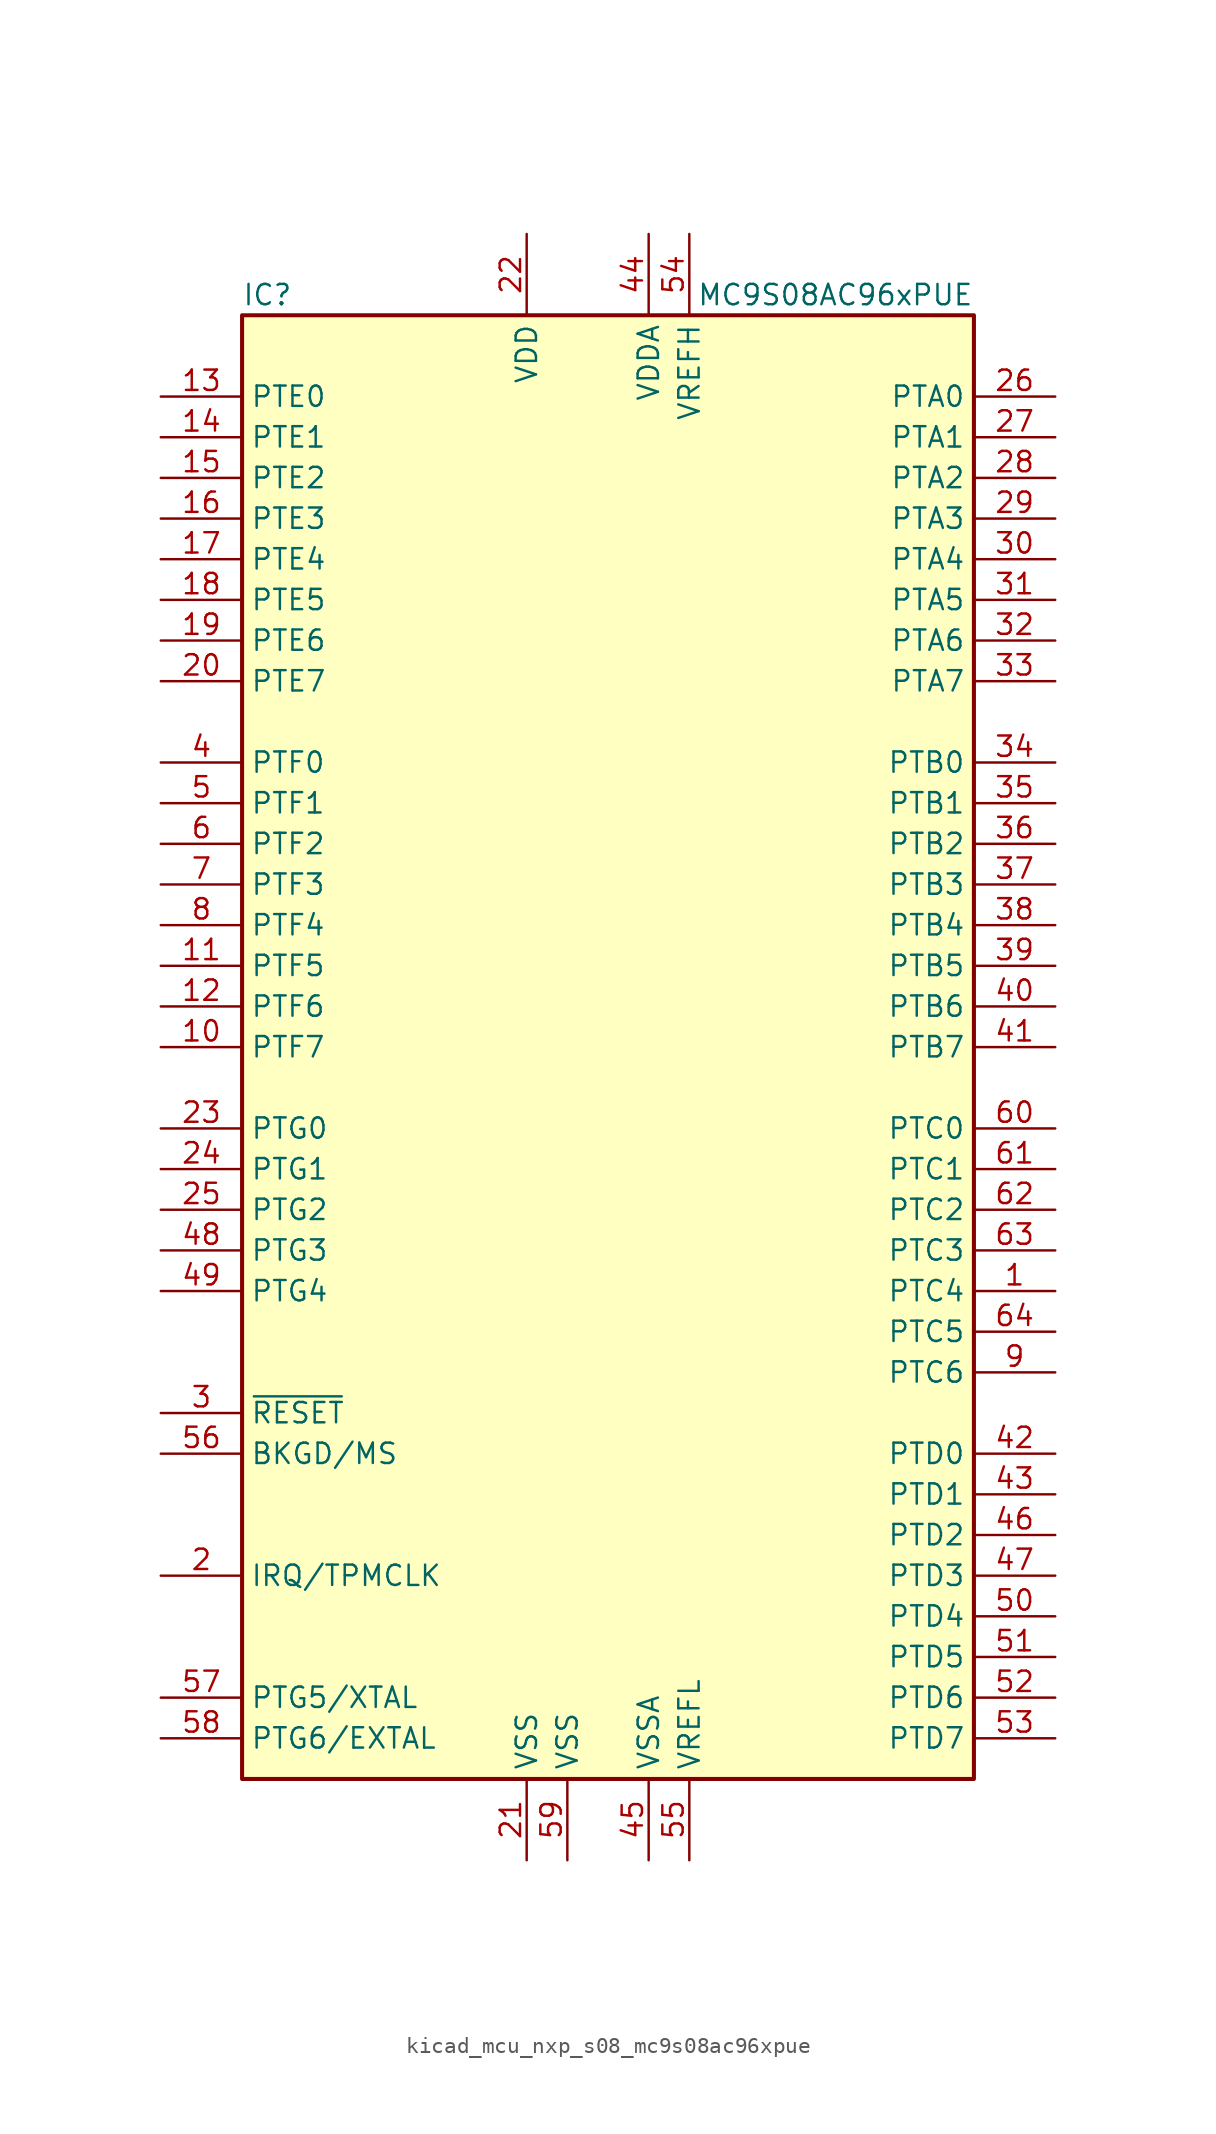
<source format=kicad_sym>
(kicad_symbol_lib
  (version 20220914)
  (generator kicad_symbol_editor)
  (symbol "kicad_mcu_nxp_s08_mc9s08ac96xpue"
    (property "Reference" "IC"
      (at -22.86 46.99 0)
      (effects (font (size 1.27 1.27)) (justify left)))
    (property "Value" "MC9S08AC96xPUE"
      (at 22.86 46.99 0)
      (effects (font (size 1.27 1.27)) (justify right)))
    (symbol "kicad_mcu_nxp_s08_mc9s08ac96xpue_0_1"
      (rectangle (start -22.86 45.72) (end 22.86 -45.72) (stroke (width 0.254) (type default)) (fill (type background))))
    (symbol "kicad_mcu_nxp_s08_mc9s08ac96xpue_1_1"
      (pin bidirectional line (at 27.94 -15.24 180) (length 5.08) (name "PTC4" (effects (font (size 1.27 1.27)))) (number "1" (effects (font (size 1.27 1.27)))))
      (pin bidirectional line (at -27.94 0 0) (length 5.08) (name "PTF7" (effects (font (size 1.27 1.27)))) (number "10" (effects (font (size 1.27 1.27)))))
      (pin bidirectional line (at -27.94 5.08 0) (length 5.08) (name "PTF5" (effects (font (size 1.27 1.27)))) (number "11" (effects (font (size 1.27 1.27)))))
      (pin bidirectional line (at -27.94 2.54 0) (length 5.08) (name "PTF6" (effects (font (size 1.27 1.27)))) (number "12" (effects (font (size 1.27 1.27)))))
      (pin bidirectional line (at -27.94 40.64 0) (length 5.08) (name "PTE0" (effects (font (size 1.27 1.27)))) (number "13" (effects (font (size 1.27 1.27)))))
      (pin bidirectional line (at -27.94 38.1 0) (length 5.08) (name "PTE1" (effects (font (size 1.27 1.27)))) (number "14" (effects (font (size 1.27 1.27)))))
      (pin bidirectional line (at -27.94 35.56 0) (length 5.08) (name "PTE2" (effects (font (size 1.27 1.27)))) (number "15" (effects (font (size 1.27 1.27)))))
      (pin bidirectional line (at -27.94 33.02 0) (length 5.08) (name "PTE3" (effects (font (size 1.27 1.27)))) (number "16" (effects (font (size 1.27 1.27)))))
      (pin bidirectional line (at -27.94 30.48 0) (length 5.08) (name "PTE4" (effects (font (size 1.27 1.27)))) (number "17" (effects (font (size 1.27 1.27)))))
      (pin bidirectional line (at -27.94 27.94 0) (length 5.08) (name "PTE5" (effects (font (size 1.27 1.27)))) (number "18" (effects (font (size 1.27 1.27)))))
      (pin bidirectional line (at -27.94 25.4 0) (length 5.08) (name "PTE6" (effects (font (size 1.27 1.27)))) (number "19" (effects (font (size 1.27 1.27)))))
      (pin input line (at -27.94 -33.02 0) (length 5.08) (name "IRQ/TPMCLK" (effects (font (size 1.27 1.27)))) (number "2" (effects (font (size 1.27 1.27)))))
      (pin bidirectional line (at -27.94 22.86 0) (length 5.08) (name "PTE7" (effects (font (size 1.27 1.27)))) (number "20" (effects (font (size 1.27 1.27)))))
      (pin power_in line (at -5.08 -50.8 90) (length 5.08) (name "VSS" (effects (font (size 1.27 1.27)))) (number "21" (effects (font (size 1.27 1.27)))))
      (pin power_in line (at -5.08 50.8 270) (length 5.08) (name "VDD" (effects (font (size 1.27 1.27)))) (number "22" (effects (font (size 1.27 1.27)))))
      (pin bidirectional line (at -27.94 -5.08 0) (length 5.08) (name "PTG0" (effects (font (size 1.27 1.27)))) (number "23" (effects (font (size 1.27 1.27)))))
      (pin bidirectional line (at -27.94 -7.62 0) (length 5.08) (name "PTG1" (effects (font (size 1.27 1.27)))) (number "24" (effects (font (size 1.27 1.27)))))
      (pin bidirectional line (at -27.94 -10.16 0) (length 5.08) (name "PTG2" (effects (font (size 1.27 1.27)))) (number "25" (effects (font (size 1.27 1.27)))))
      (pin bidirectional line (at 27.94 40.64 180) (length 5.08) (name "PTA0" (effects (font (size 1.27 1.27)))) (number "26" (effects (font (size 1.27 1.27)))))
      (pin bidirectional line (at 27.94 38.1 180) (length 5.08) (name "PTA1" (effects (font (size 1.27 1.27)))) (number "27" (effects (font (size 1.27 1.27)))))
      (pin bidirectional line (at 27.94 35.56 180) (length 5.08) (name "PTA2" (effects (font (size 1.27 1.27)))) (number "28" (effects (font (size 1.27 1.27)))))
      (pin bidirectional line (at 27.94 33.02 180) (length 5.08) (name "PTA3" (effects (font (size 1.27 1.27)))) (number "29" (effects (font (size 1.27 1.27)))))
      (pin input line (at -27.94 -22.86 0) (length 5.08) (name "~{RESET}" (effects (font (size 1.27 1.27)))) (number "3" (effects (font (size 1.27 1.27)))))
      (pin bidirectional line (at 27.94 30.48 180) (length 5.08) (name "PTA4" (effects (font (size 1.27 1.27)))) (number "30" (effects (font (size 1.27 1.27)))))
      (pin bidirectional line (at 27.94 27.94 180) (length 5.08) (name "PTA5" (effects (font (size 1.27 1.27)))) (number "31" (effects (font (size 1.27 1.27)))))
      (pin bidirectional line (at 27.94 25.4 180) (length 5.08) (name "PTA6" (effects (font (size 1.27 1.27)))) (number "32" (effects (font (size 1.27 1.27)))))
      (pin bidirectional line (at 27.94 22.86 180) (length 5.08) (name "PTA7" (effects (font (size 1.27 1.27)))) (number "33" (effects (font (size 1.27 1.27)))))
      (pin bidirectional line (at 27.94 17.78 180) (length 5.08) (name "PTB0" (effects (font (size 1.27 1.27)))) (number "34" (effects (font (size 1.27 1.27)))))
      (pin bidirectional line (at 27.94 15.24 180) (length 5.08) (name "PTB1" (effects (font (size 1.27 1.27)))) (number "35" (effects (font (size 1.27 1.27)))))
      (pin bidirectional line (at 27.94 12.7 180) (length 5.08) (name "PTB2" (effects (font (size 1.27 1.27)))) (number "36" (effects (font (size 1.27 1.27)))))
      (pin bidirectional line (at 27.94 10.16 180) (length 5.08) (name "PTB3" (effects (font (size 1.27 1.27)))) (number "37" (effects (font (size 1.27 1.27)))))
      (pin bidirectional line (at 27.94 7.62 180) (length 5.08) (name "PTB4" (effects (font (size 1.27 1.27)))) (number "38" (effects (font (size 1.27 1.27)))))
      (pin bidirectional line (at 27.94 5.08 180) (length 5.08) (name "PTB5" (effects (font (size 1.27 1.27)))) (number "39" (effects (font (size 1.27 1.27)))))
      (pin bidirectional line (at -27.94 17.78 0) (length 5.08) (name "PTF0" (effects (font (size 1.27 1.27)))) (number "4" (effects (font (size 1.27 1.27)))))
      (pin bidirectional line (at 27.94 2.54 180) (length 5.08) (name "PTB6" (effects (font (size 1.27 1.27)))) (number "40" (effects (font (size 1.27 1.27)))))
      (pin bidirectional line (at 27.94 0 180) (length 5.08) (name "PTB7" (effects (font (size 1.27 1.27)))) (number "41" (effects (font (size 1.27 1.27)))))
      (pin bidirectional line (at 27.94 -25.4 180) (length 5.08) (name "PTD0" (effects (font (size 1.27 1.27)))) (number "42" (effects (font (size 1.27 1.27)))))
      (pin bidirectional line (at 27.94 -27.94 180) (length 5.08) (name "PTD1" (effects (font (size 1.27 1.27)))) (number "43" (effects (font (size 1.27 1.27)))))
      (pin power_in line (at 2.54 50.8 270) (length 5.08) (name "VDDA" (effects (font (size 1.27 1.27)))) (number "44" (effects (font (size 1.27 1.27)))))
      (pin power_in line (at 2.54 -50.8 90) (length 5.08) (name "VSSA" (effects (font (size 1.27 1.27)))) (number "45" (effects (font (size 1.27 1.27)))))
      (pin bidirectional line (at 27.94 -30.48 180) (length 5.08) (name "PTD2" (effects (font (size 1.27 1.27)))) (number "46" (effects (font (size 1.27 1.27)))))
      (pin bidirectional line (at 27.94 -33.02 180) (length 5.08) (name "PTD3" (effects (font (size 1.27 1.27)))) (number "47" (effects (font (size 1.27 1.27)))))
      (pin bidirectional line (at -27.94 -12.7 0) (length 5.08) (name "PTG3" (effects (font (size 1.27 1.27)))) (number "48" (effects (font (size 1.27 1.27)))))
      (pin bidirectional line (at -27.94 -15.24 0) (length 5.08) (name "PTG4" (effects (font (size 1.27 1.27)))) (number "49" (effects (font (size 1.27 1.27)))))
      (pin bidirectional line (at -27.94 15.24 0) (length 5.08) (name "PTF1" (effects (font (size 1.27 1.27)))) (number "5" (effects (font (size 1.27 1.27)))))
      (pin bidirectional line (at 27.94 -35.56 180) (length 5.08) (name "PTD4" (effects (font (size 1.27 1.27)))) (number "50" (effects (font (size 1.27 1.27)))))
      (pin bidirectional line (at 27.94 -38.1 180) (length 5.08) (name "PTD5" (effects (font (size 1.27 1.27)))) (number "51" (effects (font (size 1.27 1.27)))))
      (pin bidirectional line (at 27.94 -40.64 180) (length 5.08) (name "PTD6" (effects (font (size 1.27 1.27)))) (number "52" (effects (font (size 1.27 1.27)))))
      (pin bidirectional line (at 27.94 -43.18 180) (length 5.08) (name "PTD7" (effects (font (size 1.27 1.27)))) (number "53" (effects (font (size 1.27 1.27)))))
      (pin power_in line (at 5.08 50.8 270) (length 5.08) (name "VREFH" (effects (font (size 1.27 1.27)))) (number "54" (effects (font (size 1.27 1.27)))))
      (pin power_in line (at 5.08 -50.8 90) (length 5.08) (name "VREFL" (effects (font (size 1.27 1.27)))) (number "55" (effects (font (size 1.27 1.27)))))
      (pin bidirectional line (at -27.94 -25.4 0) (length 5.08) (name "BKGD/MS" (effects (font (size 1.27 1.27)))) (number "56" (effects (font (size 1.27 1.27)))))
      (pin bidirectional line (at -27.94 -40.64 0) (length 5.08) (name "PTG5/XTAL" (effects (font (size 1.27 1.27)))) (number "57" (effects (font (size 1.27 1.27)))))
      (pin bidirectional line (at -27.94 -43.18 0) (length 5.08) (name "PTG6/EXTAL" (effects (font (size 1.27 1.27)))) (number "58" (effects (font (size 1.27 1.27)))))
      (pin power_in line (at -2.54 -50.8 90) (length 5.08) (name "VSS" (effects (font (size 1.27 1.27)))) (number "59" (effects (font (size 1.27 1.27)))))
      (pin bidirectional line (at -27.94 12.7 0) (length 5.08) (name "PTF2" (effects (font (size 1.27 1.27)))) (number "6" (effects (font (size 1.27 1.27)))))
      (pin bidirectional line (at 27.94 -5.08 180) (length 5.08) (name "PTC0" (effects (font (size 1.27 1.27)))) (number "60" (effects (font (size 1.27 1.27)))))
      (pin bidirectional line (at 27.94 -7.62 180) (length 5.08) (name "PTC1" (effects (font (size 1.27 1.27)))) (number "61" (effects (font (size 1.27 1.27)))))
      (pin bidirectional line (at 27.94 -10.16 180) (length 5.08) (name "PTC2" (effects (font (size 1.27 1.27)))) (number "62" (effects (font (size 1.27 1.27)))))
      (pin bidirectional line (at 27.94 -12.7 180) (length 5.08) (name "PTC3" (effects (font (size 1.27 1.27)))) (number "63" (effects (font (size 1.27 1.27)))))
      (pin bidirectional line (at 27.94 -17.78 180) (length 5.08) (name "PTC5" (effects (font (size 1.27 1.27)))) (number "64" (effects (font (size 1.27 1.27)))))
      (pin bidirectional line (at -27.94 10.16 0) (length 5.08) (name "PTF3" (effects (font (size 1.27 1.27)))) (number "7" (effects (font (size 1.27 1.27)))))
      (pin bidirectional line (at -27.94 7.62 0) (length 5.08) (name "PTF4" (effects (font (size 1.27 1.27)))) (number "8" (effects (font (size 1.27 1.27)))))
      (pin bidirectional line (at 27.94 -20.32 180) (length 5.08) (name "PTC6" (effects (font (size 1.27 1.27)))) (number "9" (effects (font (size 1.27 1.27))))))))
</source>
